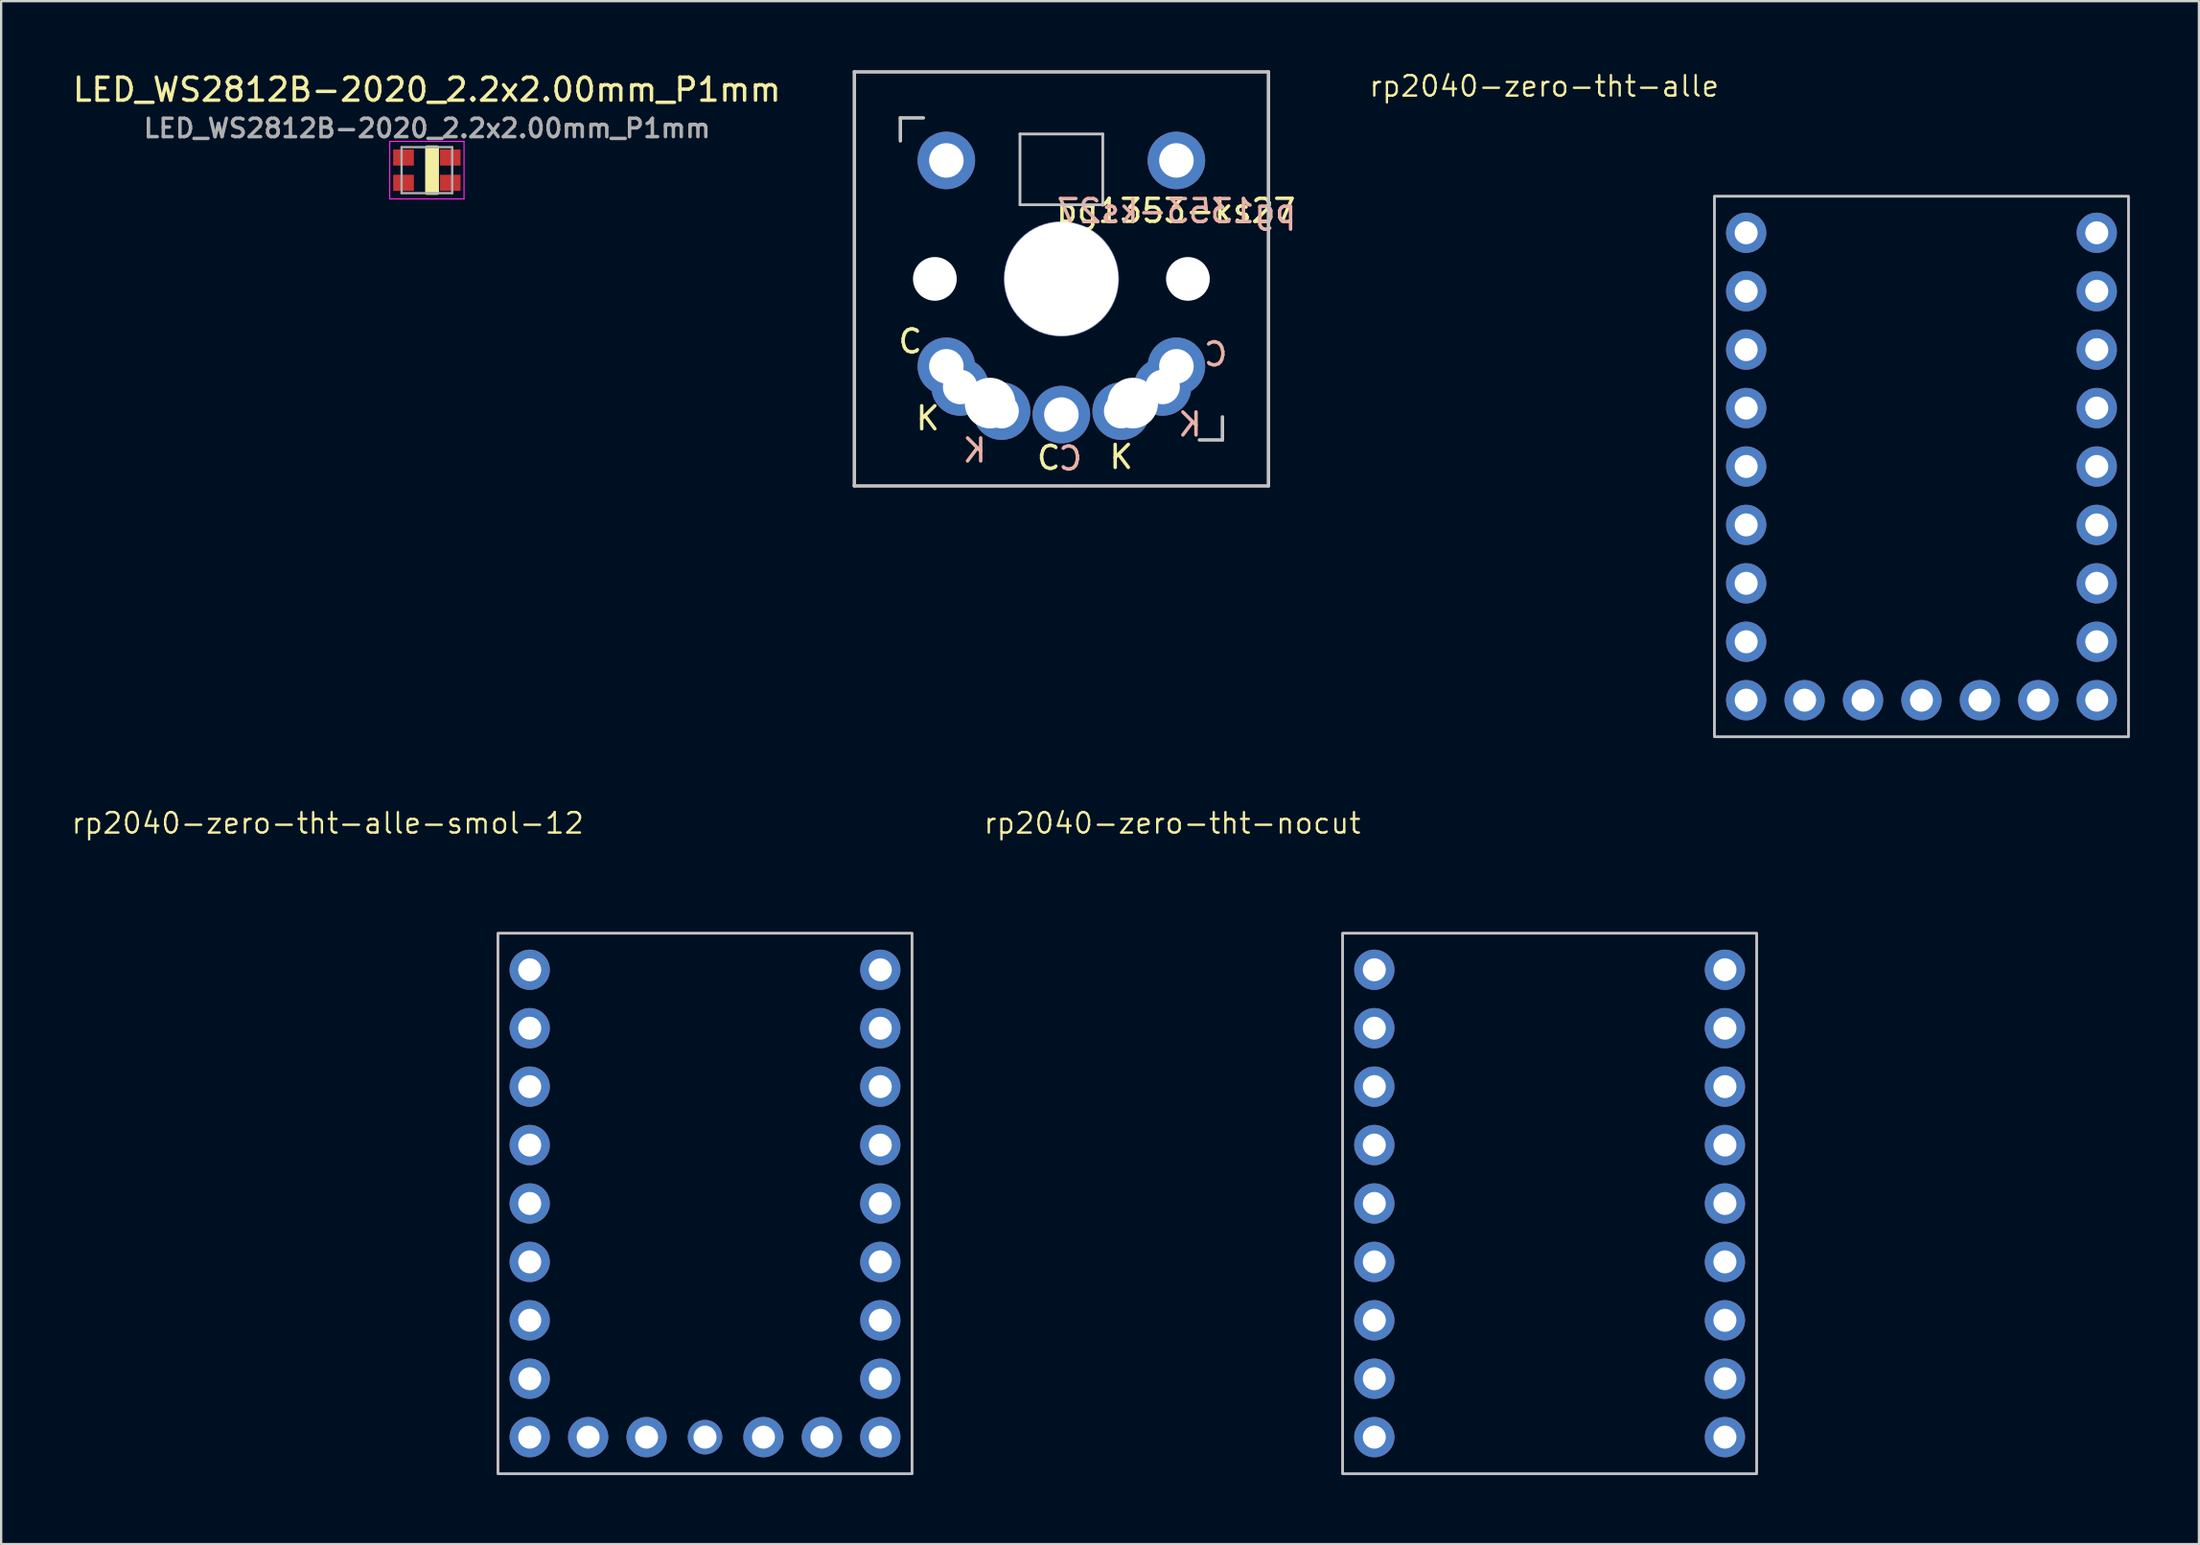
<source format=kicad_pcb>
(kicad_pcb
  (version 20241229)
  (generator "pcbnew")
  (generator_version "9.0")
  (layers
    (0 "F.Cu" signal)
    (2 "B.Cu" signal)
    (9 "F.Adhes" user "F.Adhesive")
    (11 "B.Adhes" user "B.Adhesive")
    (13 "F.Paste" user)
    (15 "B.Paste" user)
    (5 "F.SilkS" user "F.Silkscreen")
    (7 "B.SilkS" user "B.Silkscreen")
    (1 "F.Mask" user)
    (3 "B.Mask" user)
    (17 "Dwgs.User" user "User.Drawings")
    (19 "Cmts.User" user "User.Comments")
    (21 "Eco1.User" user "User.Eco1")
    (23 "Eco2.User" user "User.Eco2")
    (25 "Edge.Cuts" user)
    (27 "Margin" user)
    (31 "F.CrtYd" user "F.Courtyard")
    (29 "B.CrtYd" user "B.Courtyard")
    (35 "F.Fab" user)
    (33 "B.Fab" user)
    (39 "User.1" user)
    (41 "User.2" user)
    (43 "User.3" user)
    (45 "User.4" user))
  (footprint "pg1353-ks27"
    (layer "F.Cu")
    (at 43.087 9.075)
    (property "Reference" "pg1353-ks27" (at 4.98 -2.96 180) (layer "F.SilkS") (effects (font (size 1 1) (thickness 0.15))))
    (attr through_hole)
    (fp_line (start -9 -9) (end 9 -9) (stroke (width 0.15) (type solid)) (layer "Dwgs.User"))
    (fp_line (start -9 9) (end -9 -9) (stroke (width 0.15) (type solid)) (layer "Dwgs.User"))
    (fp_line (start -7 -7) (end -6 -7) (stroke (width 0.15) (type solid)) (layer "Dwgs.User"))
    (fp_line (start -7 -6) (end -7 -7) (stroke (width 0.15) (type solid)) (layer "Dwgs.User"))
    (fp_line (start -1.8 -6.3) (end 1.8 -6.3) (stroke (width 0.12) (type solid)) (layer "Dwgs.User"))
    (fp_line (start -1.8 -3.223) (end -1.8 -6.3) (stroke (width 0.12) (type solid)) (layer "Dwgs.User"))
    (fp_line (start 1.8 -3.223) (end -1.8 -3.223) (stroke (width 0.12) (type solid)) (layer "Dwgs.User"))
    (fp_line (start 1.8 -3.223) (end 1.8 -6.3) (stroke (width 0.12) (type solid)) (layer "Dwgs.User"))
    (fp_line (start 6 7) (end 7 7) (stroke (width 0.15) (type solid)) (layer "Dwgs.User"))
    (fp_line (start 7 7) (end 7 6) (stroke (width 0.15) (type solid)) (layer "Dwgs.User"))
    (fp_line (start 9 -9) (end 9 9) (stroke (width 0.15) (type solid)) (layer "Dwgs.User"))
    (fp_line (start 9 9) (end -9 9) (stroke (width 0.15) (type solid)) (layer "Dwgs.User"))
    (fp_text user "C" (at -6.57 2.72 0) (unlocked yes) (layer "F.SilkS") (effects (font (size 1 1) (thickness 0.15))))
    (fp_text user "K" (at -5.81 6.06 0) (unlocked yes) (layer "F.SilkS") (effects (font (size 1 1) (thickness 0.15))))
    (fp_text user "C" (at -0.55 7.78 0) (unlocked yes) (layer "F.SilkS") (effects (font (size 1 1) (thickness 0.15))))
    (fp_text user "K" (at 2.6 7.74 0) (unlocked yes) (layer "F.SilkS") (effects (font (size 1 1) (thickness 0.15))))
    (fp_text user "${REFERENCE}" (at 5.01 -2.95 0) (layer "B.SilkS") (effects (font (size 1 1) (thickness 0.15)) (justify mirror)))
    (fp_text user "C" (at 6.71 3.28 0) (unlocked yes) (layer "B.SilkS") (effects (font (size 1 1) (thickness 0.15)) (justify mirror)))
    (fp_text user "K" (at 5.59 6.33 0) (unlocked yes) (layer "B.SilkS") (effects (font (size 1 1) (thickness 0.15)) (justify mirror)))
    (fp_text user "C" (at 0.39 7.81 0) (unlocked yes) (layer "B.SilkS") (effects (font (size 1 1) (thickness 0.15)) (justify mirror)))
    (fp_text user "K" (at -3.77 7.46 0) (unlocked yes) (layer "B.SilkS") (effects (font (size 1 1) (thickness 0.15)) (justify mirror)))
    (pad "" np_thru_hole circle (at -5.5 0 90) (size 1.9 1.9) (drill 1.9) (layers "*.Cu" "*.Mask"))
    (pad "" thru_hole circle (at -5 -5.15) (size 2.5 2.5) (drill 1.5) (layers "*.Cu" "*.Mask"))
    (pad "" np_thru_hole circle (at -3.1 5.4) (size 2.2 2.2) (drill 2.2) (layers "*.Cu" "*.Mask"))
    (pad "" np_thru_hole circle (at 0 0 90) (size 5 5) (drill 4.95) (layers "*.Cu" "*.Mask"))
    (pad "" np_thru_hole circle (at 3.1 5.4) (size 2.2 2.2) (drill 2.2) (layers "*.Cu" "*.Mask"))
    (pad "" thru_hole circle (at 5 -5.15) (size 2.5 2.5) (drill 1.5) (layers "*.Cu" "*.Mask"))
    (pad "" np_thru_hole circle (at 5.5 0 90) (size 1.9 1.9) (drill 1.9) (layers "*.Cu" "*.Mask"))
    (pad "1" thru_hole circle (at -2.6 5.75) (size 2.5 2.5) (drill 1.5) (layers "*.Cu" "*.Mask"))
    (pad "1" thru_hole circle (at 0 5.9) (size 2.5 2.5) (drill 1.5) (layers "*.Cu" "*.Mask"))
    (pad "1" thru_hole circle (at 2.6 5.75) (size 2.5 2.5) (drill 1.5) (layers "*.Cu" "*.Mask"))
    (pad "2" thru_hole circle (at -5 3.8) (size 2.5 2.5) (drill 1.5) (layers "*.Cu" "*.Mask"))
    (pad "2" thru_hole circle (at -4.4 4.7) (size 2.5 2.5) (drill 1.5) (layers "*.Cu" "*.Mask"))
    (pad "2" thru_hole circle (at 4.4 4.7) (size 2.5 2.5) (drill 1.5) (layers "*.Cu" "*.Mask"))
    (pad "2" thru_hole circle (at 5 3.8) (size 2.5 2.5) (drill 1.5) (layers "*.Cu" "*.Mask")))
  (footprint "rp2040-zero-tht-nocut"
    (layer "F.Cu")
    (at 64.31 49.272)
    (property "Reference" "rp2040-zero-tht-nocut" (at -16.399 -16.533 0) (layer "F.SilkS") (effects (font (size 0.889 0.889) (thickness 0.102))))
    (attr through_hole exclude_from_pos_files)
    (fp_rect (start -9 -11.75) (end 9 11.75) (stroke (width 0.12) (type solid)) (fill no) (layer "Dwgs.User"))
    (pad "1" thru_hole circle (at 7.62 -10.16 180) (size 1.75 1.75) (drill 1) (layers "*.Cu" "*.Mask"))
    (pad "2" thru_hole circle (at 7.62 -7.62 180) (size 1.75 1.75) (drill 1) (layers "*.Cu" "*.Mask"))
    (pad "3" thru_hole circle (at 7.62 -5.08 180) (size 1.75 1.75) (drill 1) (layers "*.Cu" "*.Mask"))
    (pad "4" thru_hole circle (at 7.62 -2.54 180) (size 1.75 1.75) (drill 1) (layers "*.Cu" "*.Mask"))
    (pad "5" thru_hole circle (at 7.62 0 180) (size 1.75 1.75) (drill 1) (layers "*.Cu" "*.Mask"))
    (pad "6" thru_hole circle (at 7.62 2.54 180) (size 1.75 1.75) (drill 1) (layers "*.Cu" "*.Mask"))
    (pad "7" thru_hole circle (at 7.62 5.08 180) (size 1.75 1.75) (drill 1) (layers "*.Cu" "*.Mask"))
    (pad "8" thru_hole circle (at 7.62 7.62 180) (size 1.75 1.75) (drill 1) (layers "*.Cu" "*.Mask"))
    (pad "9" thru_hole circle (at 7.62 10.16 180) (size 1.75 1.75) (drill 1) (layers "*.Cu" "*.Mask"))
    (pad "15" thru_hole circle (at -7.62 10.16) (size 1.75 1.75) (drill 1) (layers "*.Cu" "*.Mask"))
    (pad "16" thru_hole circle (at -7.62 7.62) (size 1.75 1.75) (drill 1) (layers "*.Cu" "*.Mask"))
    (pad "17" thru_hole circle (at -7.62 5.08) (size 1.75 1.75) (drill 1) (layers "*.Cu" "*.Mask"))
    (pad "18" thru_hole circle (at -7.62 2.54) (size 1.75 1.75) (drill 1) (layers "*.Cu" "*.Mask"))
    (pad "19" thru_hole circle (at -7.62 0) (size 1.75 1.75) (drill 1) (layers "*.Cu" "*.Mask"))
    (pad "20" thru_hole circle (at -7.62 -2.54) (size 1.75 1.75) (drill 1) (layers "*.Cu" "*.Mask"))
    (pad "21" thru_hole circle (at -7.62 -5.08) (size 1.75 1.75) (drill 1) (layers "*.Cu" "*.Mask"))
    (pad "22" thru_hole circle (at -7.62 -7.62) (size 1.75 1.75) (drill 1) (layers "*.Cu" "*.Mask"))
    (pad "23" thru_hole circle (at -7.62 -10.16) (size 1.75 1.75) (drill 1) (layers "*.Cu" "*.Mask")))
  (footprint "rp2040-zero-tht-alle-smol-12"
    (layer "F.Cu")
    (at 27.596 49.272)
    (property "Reference" "rp2040-zero-tht-alle-smol-12" (at -16.399 -16.533 0) (layer "F.SilkS") (effects (font (size 0.889 0.889) (thickness 0.102))))
    (attr through_hole exclude_from_pos_files)
    (fp_rect (start -9 -11.75) (end 9 11.75) (stroke (width 0.12) (type solid)) (fill no) (layer "Dwgs.User"))
    (pad "1" thru_hole circle (at 7.62 -10.16 180) (size 1.75 1.75) (drill 1) (layers "*.Cu" "*.Mask"))
    (pad "2" thru_hole circle (at 7.62 -7.62 180) (size 1.75 1.75) (drill 1) (layers "*.Cu" "*.Mask"))
    (pad "3" thru_hole circle (at 7.62 -5.08 180) (size 1.75 1.75) (drill 1) (layers "*.Cu" "*.Mask"))
    (pad "4" thru_hole circle (at 7.62 -2.54 180) (size 1.75 1.75) (drill 1) (layers "*.Cu" "*.Mask"))
    (pad "5" thru_hole circle (at 7.62 0 180) (size 1.75 1.75) (drill 1) (layers "*.Cu" "*.Mask"))
    (pad "6" thru_hole circle (at 7.62 2.54 180) (size 1.75 1.75) (drill 1) (layers "*.Cu" "*.Mask"))
    (pad "7" thru_hole circle (at 7.62 5.08 180) (size 1.75 1.75) (drill 1) (layers "*.Cu" "*.Mask"))
    (pad "8" thru_hole circle (at 7.62 7.62 180) (size 1.75 1.75) (drill 1) (layers "*.Cu" "*.Mask"))
    (pad "9" thru_hole circle (at 7.62 10.16 180) (size 1.75 1.75) (drill 1) (layers "*.Cu" "*.Mask"))
    (pad "10" thru_hole circle (at 5.08 10.16 90) (size 1.75 1.75) (drill 1) (layers "*.Cu" "*.Mask"))
    (pad "11" thru_hole circle (at 2.54 10.16 90) (size 1.75 1.75) (drill 1) (layers "*.Cu" "*.Mask"))
    (pad "12" thru_hole circle (at 0 10.16 90) (size 1.5 1.5) (drill 1) (layers "*.Cu" "*.Mask"))
    (pad "13" thru_hole circle (at -2.54 10.16 90) (size 1.75 1.75) (drill 1) (layers "*.Cu" "*.Mask"))
    (pad "14" thru_hole circle (at -5.08 10.16 90) (size 1.75 1.75) (drill 1) (layers "*.Cu" "*.Mask"))
    (pad "15" thru_hole circle (at -7.62 10.16) (size 1.75 1.75) (drill 1) (layers "*.Cu" "*.Mask"))
    (pad "16" thru_hole circle (at -7.62 7.62) (size 1.75 1.75) (drill 1) (layers "*.Cu" "*.Mask"))
    (pad "17" thru_hole circle (at -7.62 5.08) (size 1.75 1.75) (drill 1) (layers "*.Cu" "*.Mask"))
    (pad "18" thru_hole circle (at -7.62 2.54) (size 1.75 1.75) (drill 1) (layers "*.Cu" "*.Mask"))
    (pad "19" thru_hole circle (at -7.62 0) (size 1.75 1.75) (drill 1) (layers "*.Cu" "*.Mask"))
    (pad "20" thru_hole circle (at -7.62 -2.54) (size 1.75 1.75) (drill 1) (layers "*.Cu" "*.Mask"))
    (pad "21" thru_hole circle (at -7.62 -5.08) (size 1.75 1.75) (drill 1) (layers "*.Cu" "*.Mask"))
    (pad "22" thru_hole circle (at -7.62 -7.62) (size 1.75 1.75) (drill 1) (layers "*.Cu" "*.Mask"))
    (pad "23" thru_hole circle (at -7.62 -10.16) (size 1.75 1.75) (drill 1) (layers "*.Cu" "*.Mask")))
  (footprint "rp2040-zero-tht-alle"
    (layer "F.Cu")
    (at 80.474 17.231)
    (property "Reference" "rp2040-zero-tht-alle" (at -16.399 -16.533 0) (layer "F.SilkS") (effects (font (size 0.889 0.889) (thickness 0.102))))
    (attr through_hole exclude_from_pos_files)
    (fp_rect (start -9 -11.75) (end 9 11.75) (stroke (width 0.12) (type solid)) (fill no) (layer "Dwgs.User"))
    (pad "1" thru_hole circle (at 7.62 -10.16 180) (size 1.75 1.75) (drill 1) (layers "*.Cu" "*.Mask"))
    (pad "2" thru_hole circle (at 7.62 -7.62 180) (size 1.75 1.75) (drill 1) (layers "*.Cu" "*.Mask"))
    (pad "3" thru_hole circle (at 7.62 -5.08 180) (size 1.75 1.75) (drill 1) (layers "*.Cu" "*.Mask"))
    (pad "4" thru_hole circle (at 7.62 -2.54 180) (size 1.75 1.75) (drill 1) (layers "*.Cu" "*.Mask"))
    (pad "5" thru_hole circle (at 7.62 0 180) (size 1.75 1.75) (drill 1) (layers "*.Cu" "*.Mask"))
    (pad "6" thru_hole circle (at 7.62 2.54 180) (size 1.75 1.75) (drill 1) (layers "*.Cu" "*.Mask"))
    (pad "7" thru_hole circle (at 7.62 5.08 180) (size 1.75 1.75) (drill 1) (layers "*.Cu" "*.Mask"))
    (pad "8" thru_hole circle (at 7.62 7.62 180) (size 1.75 1.75) (drill 1) (layers "*.Cu" "*.Mask"))
    (pad "9" thru_hole circle (at 7.62 10.16 180) (size 1.75 1.75) (drill 1) (layers "*.Cu" "*.Mask"))
    (pad "10" thru_hole circle (at 5.08 10.16 90) (size 1.75 1.75) (drill 1) (layers "*.Cu" "*.Mask"))
    (pad "11" thru_hole circle (at 2.54 10.16 90) (size 1.75 1.75) (drill 1) (layers "*.Cu" "*.Mask"))
    (pad "12" thru_hole circle (at 0 10.16 90) (size 1.75 1.75) (drill 1) (layers "*.Cu" "*.Mask"))
    (pad "13" thru_hole circle (at -2.54 10.16 90) (size 1.75 1.75) (drill 1) (layers "*.Cu" "*.Mask"))
    (pad "14" thru_hole circle (at -5.08 10.16 90) (size 1.75 1.75) (drill 1) (layers "*.Cu" "*.Mask"))
    (pad "15" thru_hole circle (at -7.62 10.16) (size 1.75 1.75) (drill 1) (layers "*.Cu" "*.Mask"))
    (pad "16" thru_hole circle (at -7.62 7.62) (size 1.75 1.75) (drill 1) (layers "*.Cu" "*.Mask"))
    (pad "17" thru_hole circle (at -7.62 5.08) (size 1.75 1.75) (drill 1) (layers "*.Cu" "*.Mask"))
    (pad "18" thru_hole circle (at -7.62 2.54) (size 1.75 1.75) (drill 1) (layers "*.Cu" "*.Mask"))
    (pad "19" thru_hole circle (at -7.62 0) (size 1.75 1.75) (drill 1) (layers "*.Cu" "*.Mask"))
    (pad "20" thru_hole circle (at -7.62 -2.54) (size 1.75 1.75) (drill 1) (layers "*.Cu" "*.Mask"))
    (pad "21" thru_hole circle (at -7.62 -5.08) (size 1.75 1.75) (drill 1) (layers "*.Cu" "*.Mask"))
    (pad "22" thru_hole circle (at -7.62 -7.62) (size 1.75 1.75) (drill 1) (layers "*.Cu" "*.Mask"))
    (pad "23" thru_hole circle (at -7.62 -10.16) (size 1.75 1.75) (drill 1) (layers "*.Cu" "*.Mask")))
  (footprint "LED_WS2812B-2020_2.2x2.00mm_P1mm"
    (layer "F.Cu")
    (at 15.506 4.348)
    (property "Reference" "LED_WS2812B-2020_2.2x2.00mm_P1mm" (at 0 -3.5 0) (layer "F.SilkS") (effects (font (size 1 1) (thickness 0.15))))
    (attr smd)
    (fp_rect (start 0 -1) (end 0.45 1) (stroke (width 0.15) (type solid)) (fill yes) (layer "F.SilkS"))
    (fp_line (start -1.615 -1.25) (end -1.615 1.25) (stroke (width 0.05) (type solid)) (layer "F.CrtYd"))
    (fp_line (start -1.615 1.25) (end 1.615 1.25) (stroke (width 0.05) (type solid)) (layer "F.CrtYd"))
    (fp_line (start 1.615 -1.25) (end -1.615 -1.25) (stroke (width 0.05) (type solid)) (layer "F.CrtYd"))
    (fp_line (start 1.615 1.25) (end 1.615 -1.25) (stroke (width 0.05) (type solid)) (layer "F.CrtYd"))
    (fp_line (start -1.1 -1) (end -1.1 1) (stroke (width 0.1) (type solid)) (layer "F.Fab"))
    (fp_line (start -1.1 1) (end 1.1 1) (stroke (width 0.1) (type solid)) (layer "F.Fab"))
    (fp_line (start 1.1 -1) (end -1.1 -1) (stroke (width 0.1) (type solid)) (layer "F.Fab"))
    (fp_line (start 1.1 1) (end 1.1 -1) (stroke (width 0.1) (type solid)) (layer "F.Fab"))
    (fp_text user "${REFERENCE}" (at 0.01 -1.82 0) (layer "F.Fab") (effects (font (size 0.8 0.8) (thickness 0.15))))
    (pad "1" smd rect (at 1.015 0.55) (size 0.9 0.7) (layers "F.Cu" "F.Mask" "F.Paste"))
    (pad "2" smd rect (at 1.015 -0.55) (size 0.9 0.7) (layers "F.Cu" "F.Mask" "F.Paste"))
    (pad "3" smd rect (at -1.015 -0.55) (size 0.9 0.7) (layers "F.Cu" "F.Mask" "F.Paste"))
    (pad "4" smd rect (at -1.015 0.55) (size 0.9 0.7) (layers "F.Cu" "F.Mask" "F.Paste")))
  (gr_rect
    (start -3 -3)
    (end 92.534 64.082)
    (stroke (width 0.1) (type default))
    (fill no)
    (layer "Edge.Cuts")))
</source>
